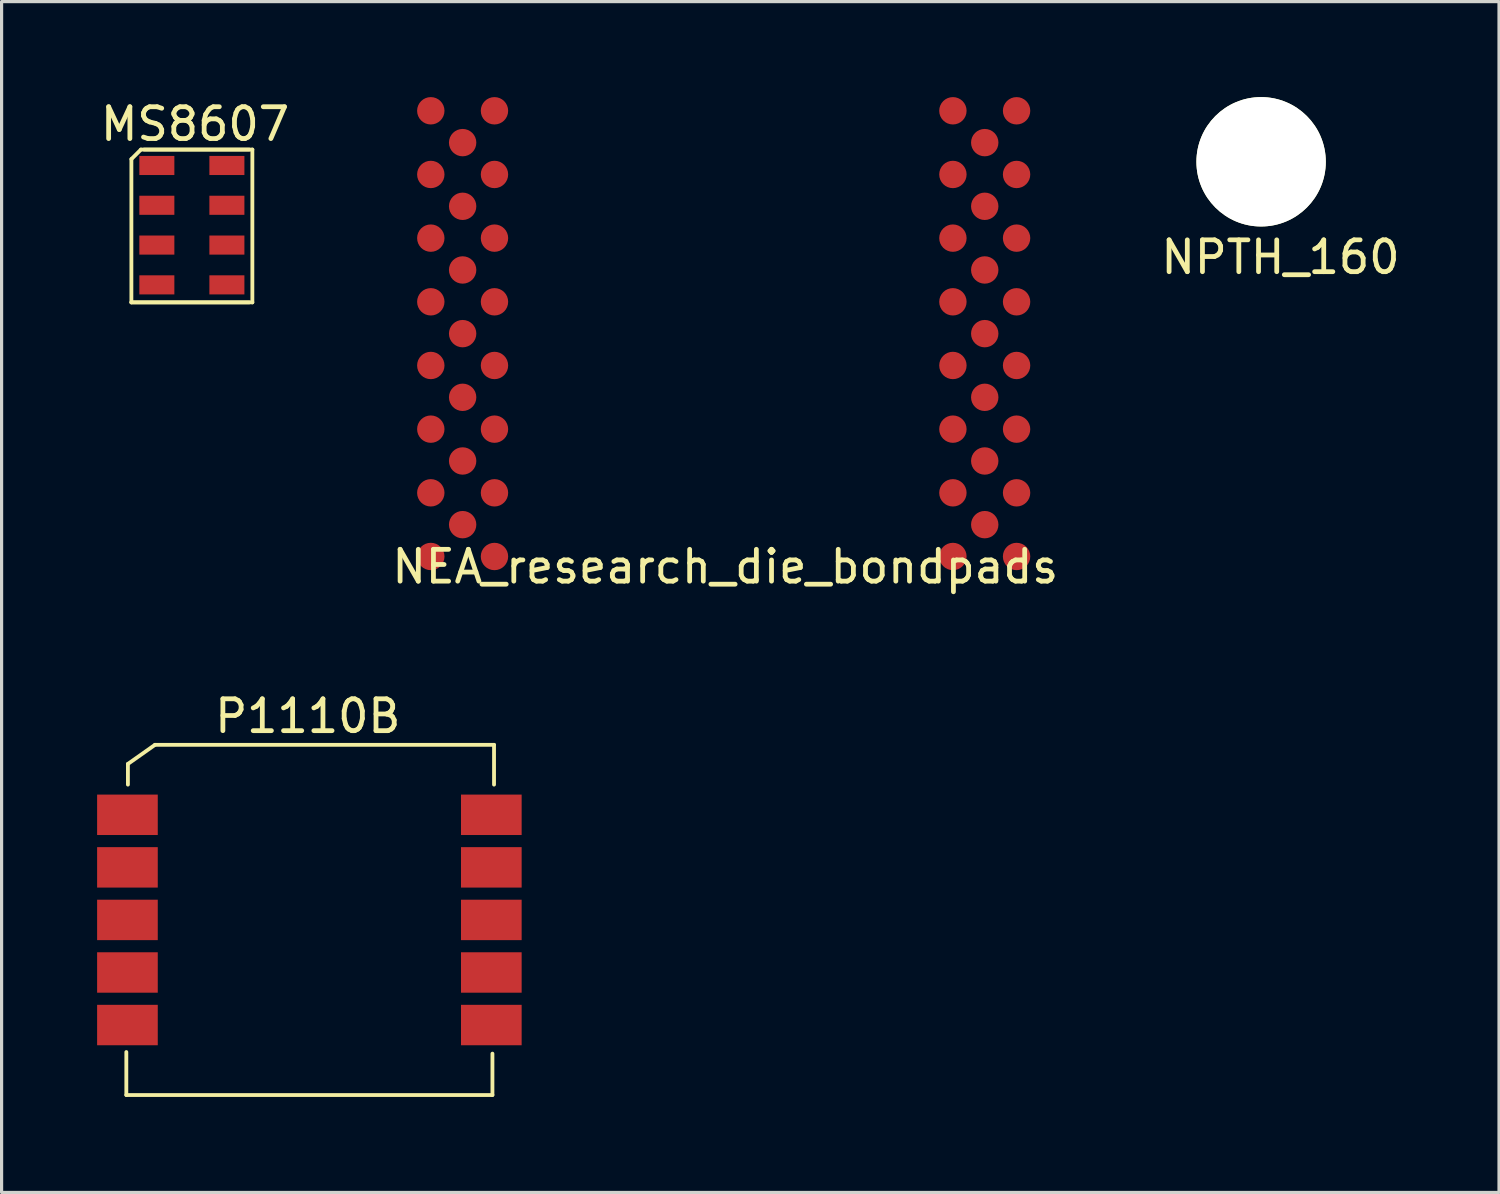
<source format=kicad_pcb>
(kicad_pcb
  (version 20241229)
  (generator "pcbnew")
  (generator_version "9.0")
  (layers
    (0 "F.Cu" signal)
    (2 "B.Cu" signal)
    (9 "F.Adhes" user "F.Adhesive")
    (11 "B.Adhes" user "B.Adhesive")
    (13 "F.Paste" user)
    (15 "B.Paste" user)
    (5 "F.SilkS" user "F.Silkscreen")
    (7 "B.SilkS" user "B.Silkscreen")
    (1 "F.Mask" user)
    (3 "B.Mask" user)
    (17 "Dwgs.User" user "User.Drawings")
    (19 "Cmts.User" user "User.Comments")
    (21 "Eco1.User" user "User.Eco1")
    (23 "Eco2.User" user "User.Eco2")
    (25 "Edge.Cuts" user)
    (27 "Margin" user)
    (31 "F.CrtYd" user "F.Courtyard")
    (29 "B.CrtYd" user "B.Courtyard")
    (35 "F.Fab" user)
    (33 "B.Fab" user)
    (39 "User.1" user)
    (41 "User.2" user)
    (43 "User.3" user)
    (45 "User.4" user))
  (footprint "P1110B"
    (layer "F.Cu")
    (at 6.668 25.846)
    (property "Reference" "P1110B" (at -0.05 -6.4 0) (layer "F.SilkS") (effects (font (size 1 1) (thickness 0.15))))
    (attr through_hole)
    (fp_line (start -5.75 4.15) (end -5.75 5.5) (stroke (width 0.12) (type solid)) (layer "F.SilkS"))
    (fp_line (start -5.75 5.5) (end 5.75 5.5) (stroke (width 0.12) (type solid)) (layer "F.SilkS"))
    (fp_line (start -5.7 -4.9) (end -4.85 -5.5) (stroke (width 0.12) (type solid)) (layer "F.SilkS"))
    (fp_line (start -5.7 -4.25) (end -5.7 -4.9) (stroke (width 0.12) (type solid)) (layer "F.SilkS"))
    (fp_line (start -4.85 -5.5) (end 5.8 -5.5) (stroke (width 0.12) (type solid)) (layer "F.SilkS"))
    (fp_line (start 5.75 5.5) (end 5.75 4.2) (stroke (width 0.12) (type solid)) (layer "F.SilkS"))
    (fp_line (start 5.8 -5.5) (end 5.8 -4.25) (stroke (width 0.12) (type solid)) (layer "F.SilkS"))
    (pad "1" smd rect (at -5.715 -3.302) (size 1.905 1.27) (layers "F.Cu" "F.Mask" "F.Paste"))
    (pad "2" smd rect (at -5.715 -1.651) (size 1.905 1.27) (layers "F.Cu" "F.Mask" "F.Paste"))
    (pad "3" smd rect (at -5.715 0) (size 1.905 1.27) (layers "F.Cu" "F.Mask" "F.Paste"))
    (pad "4" smd rect (at -5.715 1.651) (size 1.905 1.27) (layers "F.Cu" "F.Mask" "F.Paste"))
    (pad "5" smd rect (at -5.715 3.302) (size 1.905 1.27) (layers "F.Cu" "F.Mask" "F.Paste"))
    (pad "6" smd rect (at 5.715 3.302) (size 1.905 1.27) (layers "F.Cu" "F.Mask" "F.Paste"))
    (pad "7" smd rect (at 5.715 1.651) (size 1.905 1.27) (layers "F.Cu" "F.Mask" "F.Paste"))
    (pad "8" smd rect (at 5.715 0) (size 1.905 1.27) (layers "F.Cu" "F.Mask" "F.Paste"))
    (pad "9" smd rect (at 5.715 -1.651) (size 1.905 1.27) (layers "F.Cu" "F.Mask" "F.Paste"))
    (pad "10" smd rect (at 5.715 -3.302) (size 1.905 1.27) (layers "F.Cu" "F.Mask" "F.Paste")))
  (footprint "NPTH_160"
    (layer "F.Cu")
    (at 36.563 2.032)
    (property "Reference" "NPTH_160" (at 0.61 2.997 0) (layer "F.SilkS") (effects (font (size 1 1) (thickness 0.15))))
    (attr through_hole)
    (pad "" np_thru_hole circle (at 0 0) (size 4.064 4.064) (drill 4.064) (layers "*.Cu" "*.Mask" "F.SilkS")))
  (footprint "MS8607"
    (layer "F.Cu")
    (at 2.977 2.148)
    (property "Reference" "MS8607" (at 0.1 -1.3 0) (layer "F.SilkS") (effects (font (size 1 1) (thickness 0.15))))
    (attr through_hole)
    (fp_line (start -1.9 -0.2) (end -1.6 -0.5) (stroke (width 0.12) (type solid)) (layer "F.SilkS"))
    (fp_line (start -1.9 4.3) (end -1.9 -0.2) (stroke (width 0.12) (type solid)) (layer "F.SilkS"))
    (fp_line (start -1.5 -0.5) (end 1.8 -0.5) (stroke (width 0.12) (type solid)) (layer "F.SilkS"))
    (fp_line (start 1.8 4.3) (end -1.9 4.3) (stroke (width 0.12) (type solid)) (layer "F.SilkS"))
    (fp_line (start 1.9 -0.5) (end -1.6 -0.5) (stroke (width 0.12) (type solid)) (layer "F.SilkS"))
    (fp_line (start 1.9 4.3) (end -1.9 4.3) (stroke (width 0.12) (type solid)) (layer "F.SilkS"))
    (fp_line (start 1.9 4.3) (end 1.9 -0.5) (stroke (width 0.12) (type solid)) (layer "F.SilkS"))
    (pad "1" smd rect (at -1.1 0) (size 1.1 0.6) (layers "F.Cu" "F.Mask" "F.Paste"))
    (pad "2" smd rect (at -1.1 1.25) (size 1.1 0.6) (layers "F.Cu" "F.Mask" "F.Paste"))
    (pad "3" smd rect (at -1.1 2.5) (size 1.1 0.6) (layers "F.Cu" "F.Mask" "F.Paste"))
    (pad "4" smd rect (at -1.1 3.75) (size 1.1 0.6) (layers "F.Cu" "F.Mask" "F.Paste"))
    (pad "5" smd rect (at 1.1 3.75) (size 1.1 0.6) (layers "F.Cu" "F.Mask" "F.Paste"))
    (pad "6" smd rect (at 1.1 2.5) (size 1.1 0.6) (layers "F.Cu" "F.Mask" "F.Paste"))
    (pad "7" smd rect (at 1.1 1.25) (size 1.1 0.6) (layers "F.Cu" "F.Mask" "F.Paste"))
    (pad "8" smd rect (at 1.1 0) (size 1.1 0.6) (layers "F.Cu" "F.Mask" "F.Paste")))
  (footprint "NEA_research_die_bondpads"
    (layer "F.Cu")
    (at 19.682 7.43)
    (property "Reference" "NEA_research_die_bondpads" (at 0.05 7.32 0) (layer "F.SilkS") (effects (font (size 1 1) (thickness 0.15))))
    (attr through_hole)
    (pad "1" smd circle (at -7.2 -7) (size 0.86 0.86) (layers "F.Cu" "F.Mask"))
    (pad "2" smd circle (at 7.2 -7) (size 0.86 0.86) (layers "F.Cu" "F.Mask"))
    (pad "3" smd circle (at 9.2 -7) (size 0.86 0.86) (layers "F.Cu" "F.Mask"))
    (pad "4" smd circle (at 8.2 -6) (size 0.86 0.86) (layers "F.Cu" "F.Mask"))
    (pad "5" smd circle (at 7.2 -5) (size 0.86 0.86) (layers "F.Cu" "F.Mask"))
    (pad "6" smd circle (at 9.2 -5) (size 0.86 0.86) (layers "F.Cu" "F.Mask"))
    (pad "7" smd circle (at 8.2 -4) (size 0.86 0.86) (layers "F.Cu" "F.Mask"))
    (pad "8" smd circle (at 7.2 -3) (size 0.86 0.86) (layers "F.Cu" "F.Mask"))
    (pad "9" smd circle (at 9.2 -3) (size 0.86 0.86) (layers "F.Cu" "F.Mask"))
    (pad "10" smd circle (at 8.2 -2) (size 0.86 0.86) (layers "F.Cu" "F.Mask"))
    (pad "11" smd circle (at 7.2 -1) (size 0.86 0.86) (layers "F.Cu" "F.Mask"))
    (pad "12" smd circle (at 9.2 -1) (size 0.86 0.86) (layers "F.Cu" "F.Mask"))
    (pad "13" smd circle (at 8.2 0) (size 0.86 0.86) (layers "F.Cu" "F.Mask"))
    (pad "14" smd circle (at 9.2 1) (size 0.86 0.86) (layers "F.Cu" "F.Mask"))
    (pad "15" smd circle (at 7.2 1) (size 0.86 0.86) (layers "F.Cu" "F.Mask"))
    (pad "16" smd circle (at 8.2 2) (size 0.86 0.86) (layers "F.Cu" "F.Mask"))
    (pad "17" smd circle (at 9.2 3) (size 0.86 0.86) (layers "F.Cu" "F.Mask"))
    (pad "18" smd circle (at 7.2 3) (size 0.86 0.86) (layers "F.Cu" "F.Mask"))
    (pad "19" smd circle (at 8.2 4) (size 0.86 0.86) (layers "F.Cu" "F.Mask"))
    (pad "20" smd circle (at 9.2 5) (size 0.86 0.86) (layers "F.Cu" "F.Mask"))
    (pad "21" smd circle (at 7.2 5) (size 0.86 0.86) (layers "F.Cu" "F.Mask"))
    (pad "22" smd circle (at 8.2 6) (size 0.86 0.86) (layers "F.Cu" "F.Mask"))
    (pad "23" smd circle (at 9.2 7) (size 0.86 0.86) (layers "F.Cu" "F.Mask"))
    (pad "24" smd circle (at 7.2 7) (size 0.86 0.86) (layers "F.Cu" "F.Mask"))
    (pad "25" smd circle (at -9.2 -7) (size 0.86 0.86) (layers "F.Cu" "F.Mask"))
    (pad "26" smd circle (at -8.2 -6) (size 0.86 0.86) (layers "F.Cu" "F.Mask"))
    (pad "27" smd circle (at -7.2 -5) (size 0.86 0.86) (layers "F.Cu" "F.Mask"))
    (pad "28" smd circle (at -9.2 -5) (size 0.86 0.86) (layers "F.Cu" "F.Mask"))
    (pad "29" smd circle (at -8.2 -4) (size 0.86 0.86) (layers "F.Cu" "F.Mask"))
    (pad "30" smd circle (at -7.2 -3) (size 0.86 0.86) (layers "F.Cu" "F.Mask"))
    (pad "31" smd circle (at -9.2 -3) (size 0.86 0.86) (layers "F.Cu" "F.Mask"))
    (pad "32" smd circle (at -8.2 -2) (size 0.86 0.86) (layers "F.Cu" "F.Mask"))
    (pad "33" smd circle (at -7.2 -1) (size 0.86 0.86) (layers "F.Cu" "F.Mask"))
    (pad "34" smd circle (at -9.2 -1) (size 0.86 0.86) (layers "F.Cu" "F.Mask"))
    (pad "35" smd circle (at -8.2 0) (size 0.86 0.86) (layers "F.Cu" "F.Mask"))
    (pad "36" smd circle (at -9.2 1) (size 0.86 0.86) (layers "F.Cu" "F.Mask"))
    (pad "37" smd circle (at -7.2 1) (size 0.86 0.86) (layers "F.Cu" "F.Mask"))
    (pad "38" smd circle (at -8.2 2) (size 0.86 0.86) (layers "F.Cu" "F.Mask"))
    (pad "39" smd circle (at -9.2 3) (size 0.86 0.86) (layers "F.Cu" "F.Mask"))
    (pad "40" smd circle (at -7.2 3) (size 0.86 0.86) (layers "F.Cu" "F.Mask"))
    (pad "41" smd circle (at -8.2 4) (size 0.86 0.86) (layers "F.Cu" "F.Mask"))
    (pad "42" smd circle (at -9.2 5) (size 0.86 0.86) (layers "F.Cu" "F.Mask"))
    (pad "43" smd circle (at -7.2 5) (size 0.86 0.86) (layers "F.Cu" "F.Mask"))
    (pad "44" smd circle (at -8.2 6) (size 0.86 0.86) (layers "F.Cu" "F.Mask"))
    (pad "45" smd circle (at -9.2 7) (size 0.86 0.86) (layers "F.Cu" "F.Mask"))
    (pad "46" smd circle (at -7.2 7) (size 0.86 0.86) (layers "F.Cu" "F.Mask")))
  (gr_rect
    (start -3 -3)
    (end 44.036 34.407)
    (stroke (width 0.1) (type default))
    (fill no)
    (layer "Edge.Cuts")))
</source>
